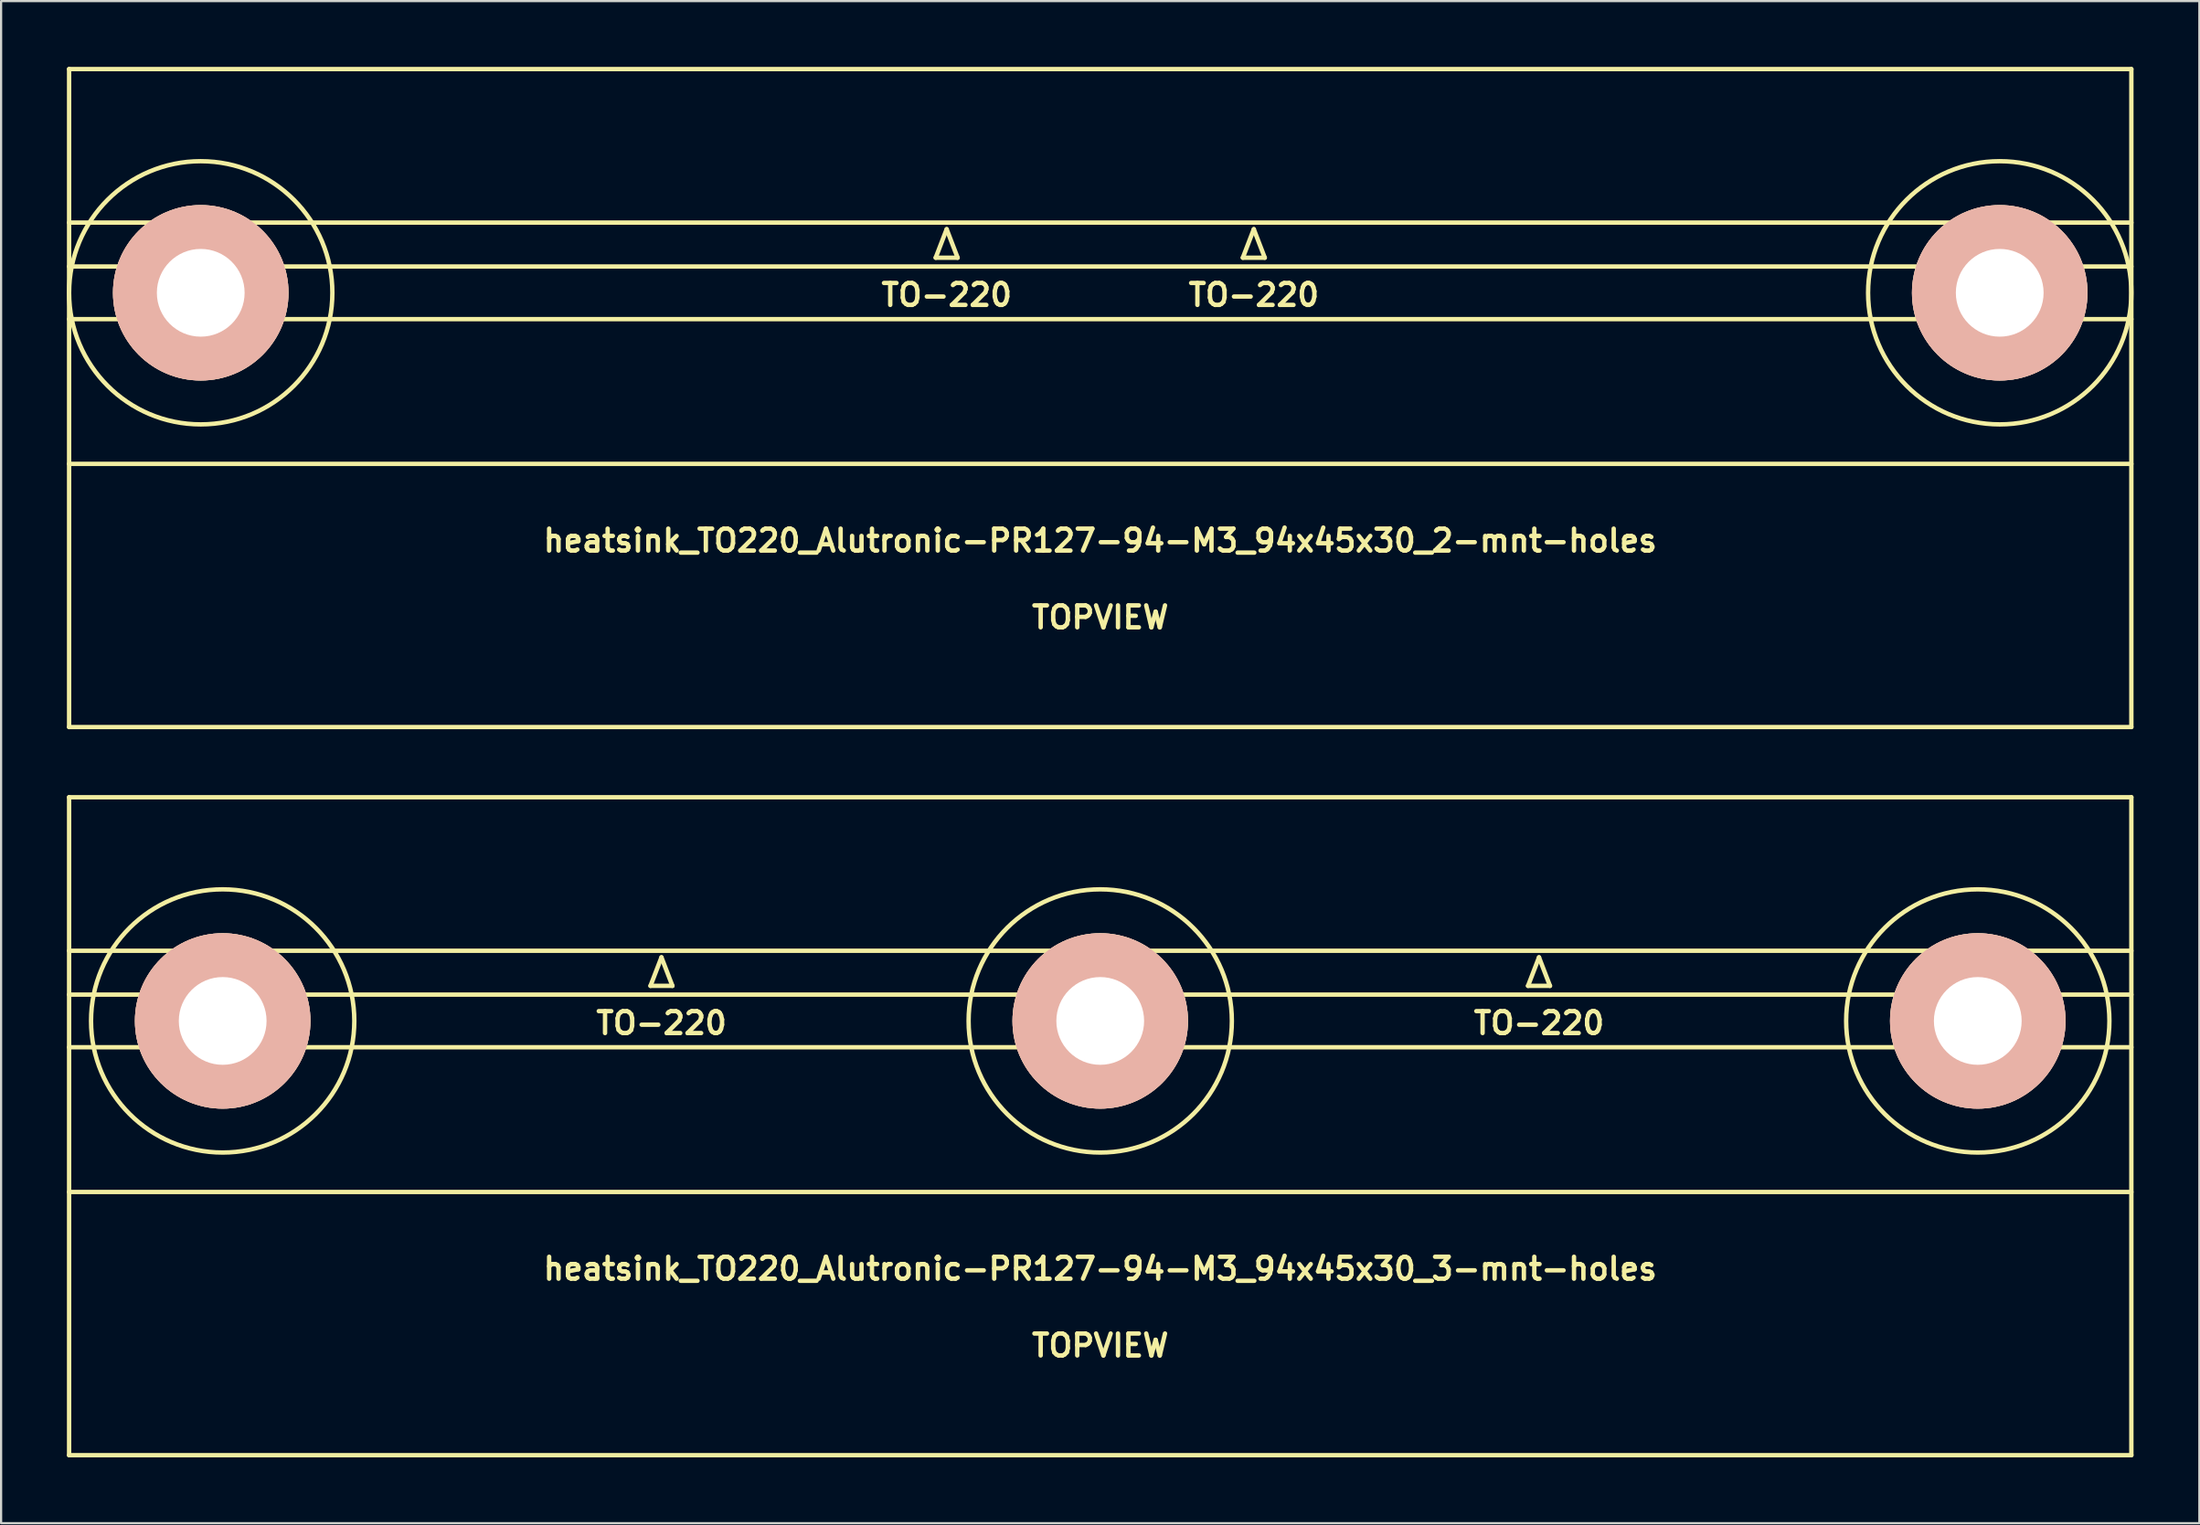
<source format=kicad_pcb>
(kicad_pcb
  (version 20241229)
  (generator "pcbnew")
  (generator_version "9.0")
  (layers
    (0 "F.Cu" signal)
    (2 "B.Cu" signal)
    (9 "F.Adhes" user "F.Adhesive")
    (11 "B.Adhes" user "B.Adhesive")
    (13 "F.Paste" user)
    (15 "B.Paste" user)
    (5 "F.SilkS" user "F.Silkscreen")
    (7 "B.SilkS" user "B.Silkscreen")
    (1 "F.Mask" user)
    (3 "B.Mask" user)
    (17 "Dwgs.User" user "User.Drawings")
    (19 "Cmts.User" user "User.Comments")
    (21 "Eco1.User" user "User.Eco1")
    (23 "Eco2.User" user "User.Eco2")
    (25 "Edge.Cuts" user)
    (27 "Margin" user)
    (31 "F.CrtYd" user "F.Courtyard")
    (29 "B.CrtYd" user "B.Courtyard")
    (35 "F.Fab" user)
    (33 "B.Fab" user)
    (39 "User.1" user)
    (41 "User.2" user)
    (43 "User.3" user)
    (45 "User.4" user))
  (footprint "heatsink_TO220_Alutronic-PR127-94-M3_94x45x30_2-mnt-holes"
    (layer "F.Cu")
    (at 47.1 15.1)
    (property "Reference" "heatsink_TO220_Alutronic-PR127-94-M3_94x45x30_2-mnt-holes" (at 0 6.5 0) (layer "F.SilkS") (effects (font (size 1 1) (thickness 0.2))))
    (attr through_hole)
    (fp_line (start -47 -15) (end 47 -15) (stroke (width 0.2) (type solid)) (layer "F.SilkS"))
    (fp_line (start -47 -8) (end 47 -8) (stroke (width 0.2) (type solid)) (layer "F.SilkS"))
    (fp_line (start -47 -6) (end 47 -6) (stroke (width 0.2) (type solid)) (layer "F.SilkS"))
    (fp_line (start -47 3) (end 47 3) (stroke (width 0.2) (type solid)) (layer "F.SilkS"))
    (fp_line (start -47 15) (end -47 -15) (stroke (width 0.2) (type solid)) (layer "F.SilkS"))
    (fp_line (start -7.5 -6.4) (end -6.5 -6.4) (stroke (width 0.2) (type solid)) (layer "F.SilkS"))
    (fp_line (start -7 -7.7) (end -7.5 -6.4) (stroke (width 0.2) (type solid)) (layer "F.SilkS"))
    (fp_line (start -6.5 -6.4) (end -7 -7.7) (stroke (width 0.2) (type solid)) (layer "F.SilkS"))
    (fp_line (start 6.5 -6.4) (end 7.5 -6.4) (stroke (width 0.2) (type solid)) (layer "F.SilkS"))
    (fp_line (start 7 -7.7) (end 6.5 -6.4) (stroke (width 0.2) (type solid)) (layer "F.SilkS"))
    (fp_line (start 7.5 -6.4) (end 7 -7.7) (stroke (width 0.2) (type solid)) (layer "F.SilkS"))
    (fp_line (start 47 -15) (end 47 15) (stroke (width 0.2) (type solid)) (layer "F.SilkS"))
    (fp_line (start 47 -3.6) (end -47 -3.6) (stroke (width 0.2) (type solid)) (layer "F.SilkS"))
    (fp_line (start 47 15) (end -47 15) (stroke (width 0.2) (type solid)) (layer "F.SilkS"))
    (fp_circle (center -41 -4.8) (end -35 -4.8) (stroke (width 0.2) (type solid)) (fill no) (layer "F.SilkS"))
    (fp_circle (center 41 -4.8) (end 47 -4.8) (stroke (width 0.2) (type solid)) (fill no) (layer "F.SilkS"))
    (fp_text user "TO-220" (at -7 -4.7 0) (layer "F.SilkS") (effects (font (size 1 1) (thickness 0.2))))
    (fp_text user "TO-220" (at 7 -4.7 0) (layer "F.SilkS") (effects (font (size 1 1) (thickness 0.2))))
    (fp_text user "TOPVIEW" (at 0 10 0) (layer "F.SilkS") (effects (font (size 1 1) (thickness 0.2))))
    (pad "1" thru_hole circle (at -41 -4.8) (size 8 8) (drill 4) (layers "*.Cu" "*.SilkS" "*.Mask"))
    (pad "2" thru_hole circle (at 41 -4.8) (size 8 8) (drill 4) (layers "*.Cu" "*.SilkS" "*.Mask")))
  (footprint "heatsink_TO220_Alutronic-PR127-94-M3_94x45x30_3-mnt-holes"
    (layer "F.Cu")
    (at 47.1 48.3)
    (property "Reference" "heatsink_TO220_Alutronic-PR127-94-M3_94x45x30_3-mnt-holes" (at 0 6.5 0) (layer "F.SilkS") (effects (font (size 1 1) (thickness 0.2))))
    (attr through_hole)
    (fp_line (start -47 -15) (end 47 -15) (stroke (width 0.2) (type solid)) (layer "F.SilkS"))
    (fp_line (start -47 -8) (end 47 -8) (stroke (width 0.2) (type solid)) (layer "F.SilkS"))
    (fp_line (start -47 -6) (end 47 -6) (stroke (width 0.2) (type solid)) (layer "F.SilkS"))
    (fp_line (start -47 3) (end 47 3) (stroke (width 0.2) (type solid)) (layer "F.SilkS"))
    (fp_line (start -47 15) (end -47 -15) (stroke (width 0.2) (type solid)) (layer "F.SilkS"))
    (fp_line (start -20.5 -6.4) (end -19.5 -6.4) (stroke (width 0.2) (type solid)) (layer "F.SilkS"))
    (fp_line (start -20 -7.7) (end -20.5 -6.4) (stroke (width 0.2) (type solid)) (layer "F.SilkS"))
    (fp_line (start -19.5 -6.4) (end -20 -7.7) (stroke (width 0.2) (type solid)) (layer "F.SilkS"))
    (fp_line (start 19.5 -6.4) (end 20.5 -6.4) (stroke (width 0.2) (type solid)) (layer "F.SilkS"))
    (fp_line (start 20 -7.7) (end 19.5 -6.4) (stroke (width 0.2) (type solid)) (layer "F.SilkS"))
    (fp_line (start 20.5 -6.4) (end 20 -7.7) (stroke (width 0.2) (type solid)) (layer "F.SilkS"))
    (fp_line (start 47 -15) (end 47 15) (stroke (width 0.2) (type solid)) (layer "F.SilkS"))
    (fp_line (start 47 -3.6) (end -47 -3.6) (stroke (width 0.2) (type solid)) (layer "F.SilkS"))
    (fp_line (start 47 15) (end -47 15) (stroke (width 0.2) (type solid)) (layer "F.SilkS"))
    (fp_circle (center -40 -4.8) (end -34 -4.8) (stroke (width 0.2) (type solid)) (fill no) (layer "F.SilkS"))
    (fp_circle (center 0 -4.8) (end 6 -4.8) (stroke (width 0.2) (type solid)) (fill no) (layer "F.SilkS"))
    (fp_circle (center 40 -4.8) (end 46 -4.8) (stroke (width 0.2) (type solid)) (fill no) (layer "F.SilkS"))
    (fp_text user "TO-220" (at -20 -4.7 0) (layer "F.SilkS") (effects (font (size 1 1) (thickness 0.2))))
    (fp_text user "TOPVIEW" (at 0 10 0) (layer "F.SilkS") (effects (font (size 1 1) (thickness 0.2))))
    (fp_text user "TO-220" (at 20 -4.7 0) (layer "F.SilkS") (effects (font (size 1 1) (thickness 0.2))))
    (pad "1" thru_hole circle (at -40 -4.8) (size 8 8) (drill 4) (layers "*.Cu" "*.SilkS" "*.Mask"))
    (pad "2" thru_hole circle (at 0 -4.8) (size 8 8) (drill 4) (layers "*.Cu" "*.SilkS" "*.Mask"))
    (pad "3" thru_hole circle (at 40 -4.8) (size 8 8) (drill 4) (layers "*.Cu" "*.SilkS" "*.Mask")))
  (gr_rect
    (start -3 -3)
    (end 97.2 66.4)
    (stroke (width 0.1) (type default))
    (fill no)
    (layer "Edge.Cuts")))
</source>
